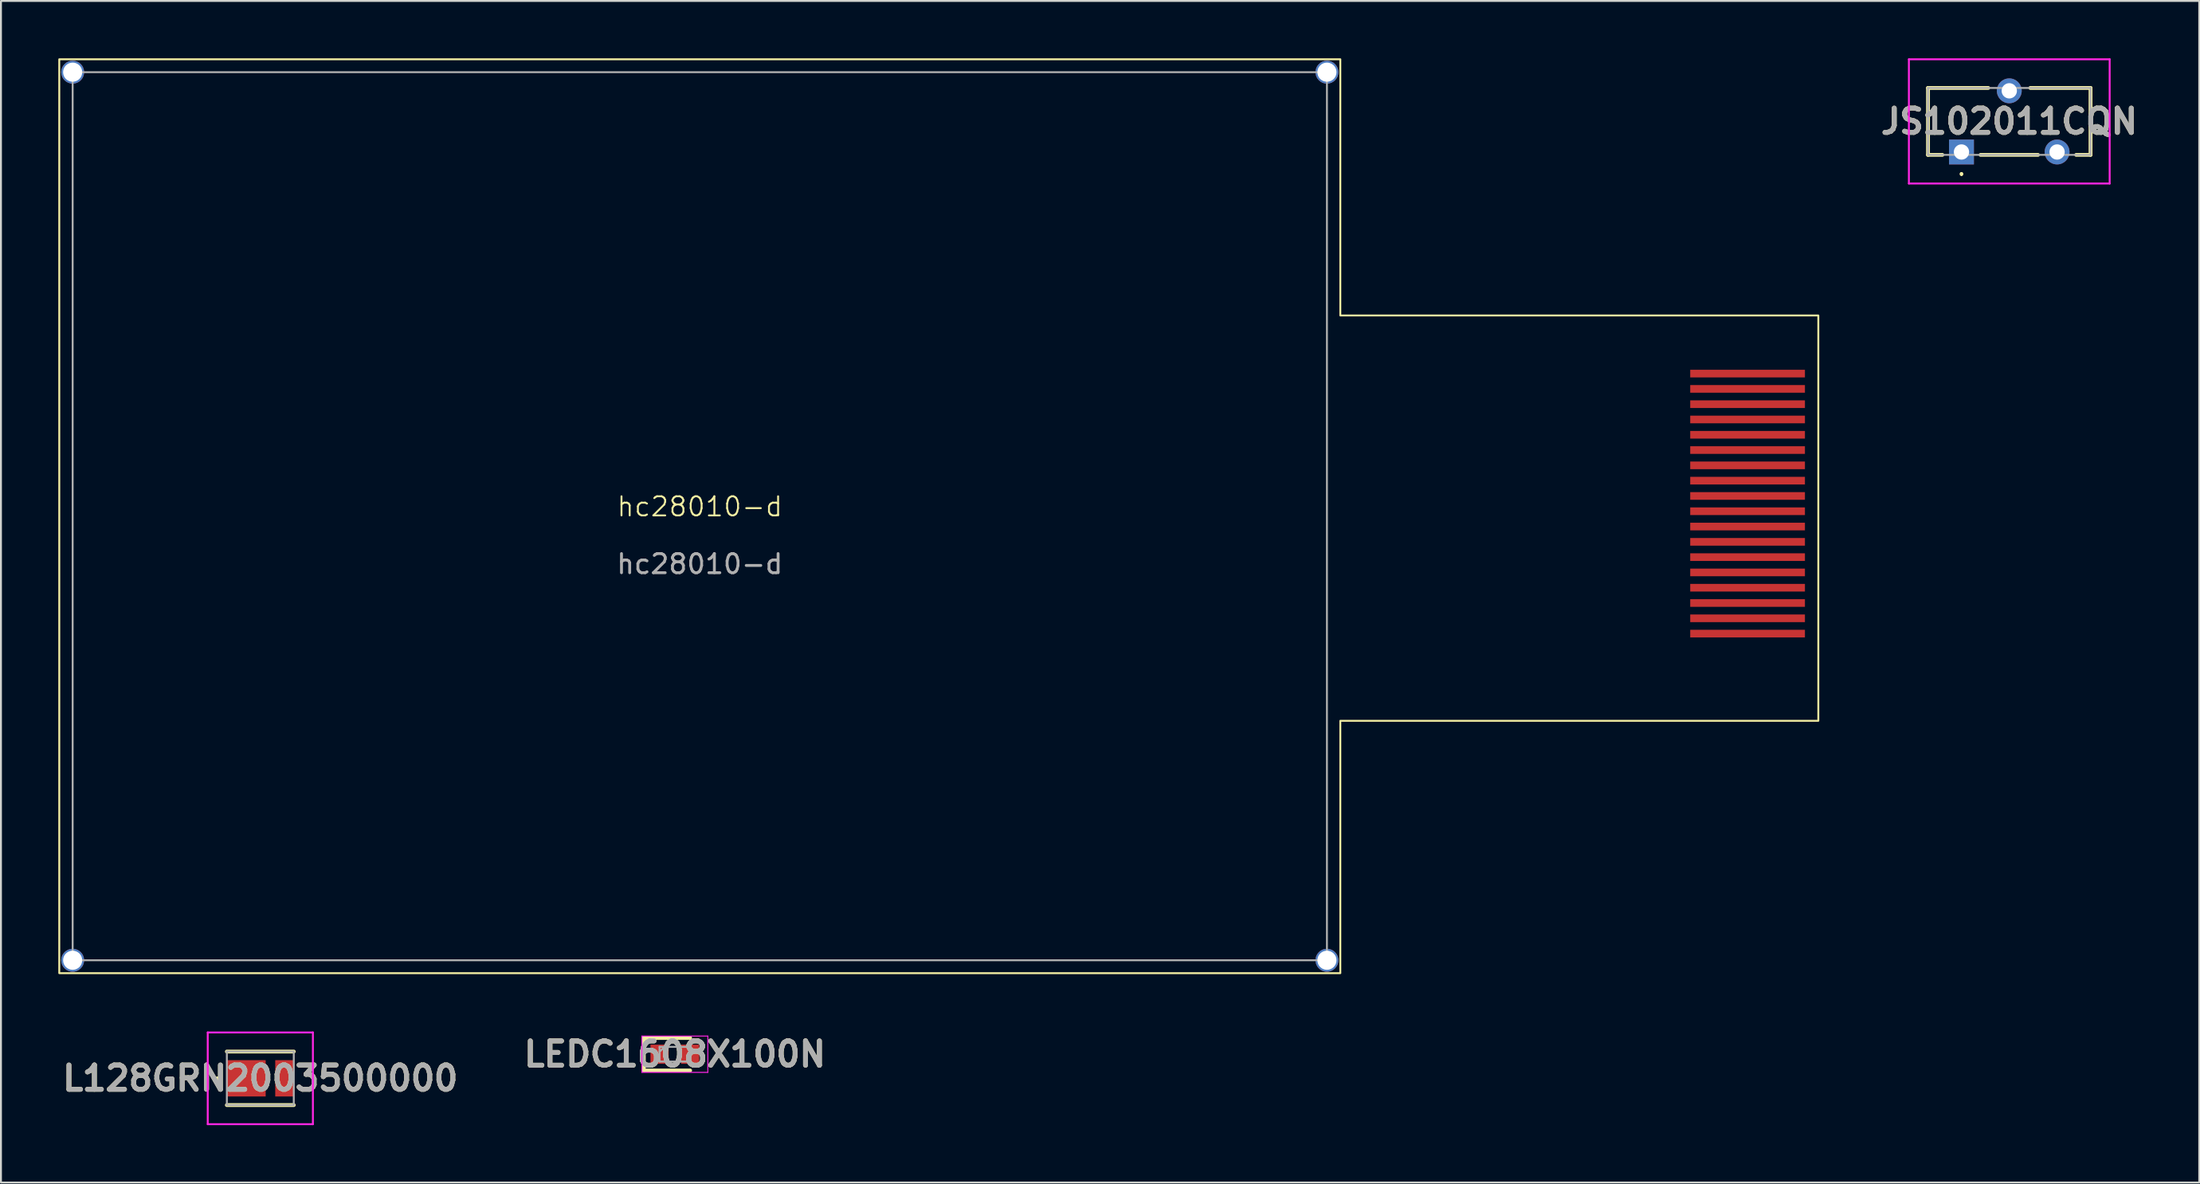
<source format=kicad_pcb>
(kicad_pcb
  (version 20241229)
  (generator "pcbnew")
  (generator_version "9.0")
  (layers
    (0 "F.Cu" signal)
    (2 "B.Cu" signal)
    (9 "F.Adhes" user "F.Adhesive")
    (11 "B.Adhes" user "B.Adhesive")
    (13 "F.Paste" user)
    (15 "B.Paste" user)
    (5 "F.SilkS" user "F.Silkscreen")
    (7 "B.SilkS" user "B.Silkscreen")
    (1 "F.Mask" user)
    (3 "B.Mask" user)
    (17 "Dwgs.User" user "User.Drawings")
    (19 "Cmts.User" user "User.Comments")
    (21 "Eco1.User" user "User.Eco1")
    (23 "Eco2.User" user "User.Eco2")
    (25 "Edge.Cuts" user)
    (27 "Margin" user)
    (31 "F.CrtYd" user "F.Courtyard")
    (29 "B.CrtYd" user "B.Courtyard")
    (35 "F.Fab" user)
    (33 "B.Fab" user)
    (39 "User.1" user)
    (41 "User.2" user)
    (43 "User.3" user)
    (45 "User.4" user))
  (footprint "L128GRN2003500000"
    (layer "F.Cu")
    (at 10.565 53.35)
    (property "Reference" "L128GRN2003500000" (at 0 0 0) (layer "F.SilkS") (effects (font (size 1.27 1.27) (thickness 0.254))))
    (attr smd)
    (fp_line (start -2.3 0) (end -2.3 0) (stroke (width 0.1) (type solid)) (layer "F.SilkS"))
    (fp_line (start -2.2 0) (end -2.2 0) (stroke (width 0.1) (type solid)) (layer "F.SilkS"))
    (fp_line (start -1.75 -1.4) (end 1.75 -1.4) (stroke (width 0.2) (type solid)) (layer "F.SilkS"))
    (fp_line (start -1.75 1.4) (end 1.75 1.4) (stroke (width 0.2) (type solid)) (layer "F.SilkS"))
    (fp_arc (start -2.3 0) (mid -2.25 -0.05) (end -2.2 0) (stroke (width 0.1) (type solid)) (layer "F.SilkS"))
    (fp_arc (start -2.2 0) (mid -2.25 0.05) (end -2.3 0) (stroke (width 0.1) (type solid)) (layer "F.SilkS"))
    (fp_line (start -2.75 -2.4) (end 2.75 -2.4) (stroke (width 0.1) (type solid)) (layer "F.CrtYd"))
    (fp_line (start -2.75 2.4) (end -2.75 -2.4) (stroke (width 0.1) (type solid)) (layer "F.CrtYd"))
    (fp_line (start 2.75 -2.4) (end 2.75 2.4) (stroke (width 0.1) (type solid)) (layer "F.CrtYd"))
    (fp_line (start 2.75 2.4) (end -2.75 2.4) (stroke (width 0.1) (type solid)) (layer "F.CrtYd"))
    (fp_line (start -1.75 -1.4) (end 1.75 -1.4) (stroke (width 0.1) (type solid)) (layer "F.Fab"))
    (fp_line (start -1.75 1.4) (end -1.75 -1.4) (stroke (width 0.1) (type solid)) (layer "F.Fab"))
    (fp_line (start 1.75 -1.4) (end 1.75 1.4) (stroke (width 0.1) (type solid)) (layer "F.Fab"))
    (fp_line (start 1.75 1.4) (end -1.75 1.4) (stroke (width 0.1) (type solid)) (layer "F.Fab"))
    (fp_text user "${REFERENCE}" (at 0 0 0) (layer "F.Fab") (effects (font (size 1.27 1.27) (thickness 0.254))))
    (pad "1" smd rect (at -0.735 0 90) (size 1.9 2.03) (layers "F.Cu" "F.Mask" "F.Paste"))
    (pad "2" smd rect (at 1.265 0) (size 0.97 1.9) (layers "F.Cu" "F.Mask" "F.Paste")))
  (footprint "LEDC1608X100N"
    (layer "F.Cu")
    (at 32.246 52.089)
    (property "Reference" "LEDC1608X100N" (at 0 0 0) (layer "F.SilkS") (effects (font (size 1.27 1.27) (thickness 0.254))))
    (attr smd)
    (fp_line (start -1.625 -0.85) (end -1.625 0.85) (stroke (width 0.2) (type solid)) (layer "F.SilkS"))
    (fp_line (start -1.625 0.85) (end 0.8 0.85) (stroke (width 0.2) (type solid)) (layer "F.SilkS"))
    (fp_line (start 0.8 -0.85) (end -1.625 -0.85) (stroke (width 0.2) (type solid)) (layer "F.SilkS"))
    (fp_line (start -1.725 -0.95) (end 1.725 -0.95) (stroke (width 0.05) (type solid)) (layer "F.CrtYd"))
    (fp_line (start -1.725 0.95) (end -1.725 -0.95) (stroke (width 0.05) (type solid)) (layer "F.CrtYd"))
    (fp_line (start 1.725 -0.95) (end 1.725 0.95) (stroke (width 0.05) (type solid)) (layer "F.CrtYd"))
    (fp_line (start 1.725 0.95) (end -1.725 0.95) (stroke (width 0.05) (type solid)) (layer "F.CrtYd"))
    (fp_line (start -0.8 -0.385) (end 0.8 -0.385) (stroke (width 0.1) (type solid)) (layer "F.Fab"))
    (fp_line (start -0.8 -0.128) (end -0.543 -0.385) (stroke (width 0.1) (type solid)) (layer "F.Fab"))
    (fp_line (start -0.8 0.385) (end -0.8 -0.385) (stroke (width 0.1) (type solid)) (layer "F.Fab"))
    (fp_line (start 0.8 -0.385) (end 0.8 0.385) (stroke (width 0.1) (type solid)) (layer "F.Fab"))
    (fp_line (start 0.8 0.385) (end -0.8 0.385) (stroke (width 0.1) (type solid)) (layer "F.Fab"))
    (fp_text user "${REFERENCE}" (at 0 0 0) (layer "F.Fab") (effects (font (size 1.27 1.27) (thickness 0.254))))
    (pad "1" smd rect (at -0.8 0) (size 0.95 1) (layers "F.Cu" "F.Mask" "F.Paste"))
    (pad "2" smd rect (at 0.8 0) (size 0.95 1) (layers "F.Cu" "F.Mask" "F.Paste")))
  (footprint "JS102011CQN"
    (layer "F.Cu")
    (at 99.537 4.9)
    (property "Reference" "JS102011CQN" (at 2.5 -1.6 0) (layer "F.SilkS") (effects (font (size 1.27 1.27) (thickness 0.254))))
    (attr through_hole)
    (fp_line (start -1.75 -3.35) (end 1.4 -3.35) (stroke (width 0.2) (type solid)) (layer "F.SilkS"))
    (fp_line (start -1.75 0.15) (end -1.75 -3.35) (stroke (width 0.2) (type solid)) (layer "F.SilkS"))
    (fp_line (start -1 0.15) (end -1.75 0.15) (stroke (width 0.2) (type solid)) (layer "F.SilkS"))
    (fp_line (start 0 1.1) (end 0 1.1) (stroke (width 0.1) (type solid)) (layer "F.SilkS"))
    (fp_line (start 0 1.2) (end 0 1.2) (stroke (width 0.1) (type solid)) (layer "F.SilkS"))
    (fp_line (start 3.6 -3.35) (end 6.75 -3.35) (stroke (width 0.2) (type solid)) (layer "F.SilkS"))
    (fp_line (start 4 0.15) (end 1 0.15) (stroke (width 0.2) (type solid)) (layer "F.SilkS"))
    (fp_line (start 6.75 -3.35) (end 6.75 0.15) (stroke (width 0.2) (type solid)) (layer "F.SilkS"))
    (fp_line (start 6.75 0.15) (end 6 0.15) (stroke (width 0.2) (type solid)) (layer "F.SilkS"))
    (fp_arc (start 0 1.1) (mid 0.05 1.15) (end 0 1.2) (stroke (width 0.1) (type solid)) (layer "F.SilkS"))
    (fp_arc (start 0 1.2) (mid -0.05 1.15) (end 0 1.1) (stroke (width 0.1) (type solid)) (layer "F.SilkS"))
    (fp_line (start -2.75 -4.85) (end 7.75 -4.85) (stroke (width 0.1) (type solid)) (layer "F.CrtYd"))
    (fp_line (start -2.75 1.65) (end -2.75 -4.85) (stroke (width 0.1) (type solid)) (layer "F.CrtYd"))
    (fp_line (start 7.75 -4.85) (end 7.75 1.65) (stroke (width 0.1) (type solid)) (layer "F.CrtYd"))
    (fp_line (start 7.75 1.65) (end -2.75 1.65) (stroke (width 0.1) (type solid)) (layer "F.CrtYd"))
    (fp_line (start -1.75 -3.35) (end 6.75 -3.35) (stroke (width 0.1) (type solid)) (layer "F.Fab"))
    (fp_line (start -1.75 0.15) (end -1.75 -3.35) (stroke (width 0.1) (type solid)) (layer "F.Fab"))
    (fp_line (start 6.75 -3.35) (end 6.75 0.15) (stroke (width 0.1) (type solid)) (layer "F.Fab"))
    (fp_line (start 6.75 0.15) (end -1.75 0.15) (stroke (width 0.1) (type solid)) (layer "F.Fab"))
    (fp_text user "${REFERENCE}" (at 2.5 -1.6 0) (layer "F.Fab") (effects (font (size 1.27 1.27) (thickness 0.254))))
    (pad "1" thru_hole rect (at 0 0) (size 1.3 1.3) (drill 0.8) (layers "*.Cu" "*.Mask"))
    (pad "2" thru_hole circle (at 2.5 -3.2) (size 1.3 1.3) (drill 0.8) (layers "*.Cu" "*.Mask"))
    (pad "3" thru_hole circle (at 5 0) (size 1.3 1.3) (drill 0.8) (layers "*.Cu" "*.Mask")))
  (footprint "hc28010-d"
    (layer "F.Cu")
    (at 33.55 23.95)
    (property "Reference" "hc28010-d" (at 0 -0.5 0) (unlocked yes) (layer "F.SilkS") (effects (font (size 1 1) (thickness 0.1))))
    (attr smd)
    (fp_poly (pts (xy -33.5 -23.9) (xy 33.5 -23.9) (xy 33.5 -10.5) (xy 58.5 -10.5) (xy 58.5 10.7) (xy 33.5 10.7) (xy 33.5 23.9) (xy -33.5 23.9)) (stroke (width 0.1) (type solid)) (fill no) (layer "F.SilkS"))
    (fp_rect (start -32.8 -23.225) (end 32.8 23.225) (stroke (width 0.1) (type default)) (fill no) (layer "F.Fab"))
    (fp_text user "${REFERENCE}" (at 0 2.5 0) (unlocked yes) (layer "F.Fab") (effects (font (size 1 1) (thickness 0.15))))
    (pad "" np_thru_hole circle (at -32.8 -23.225) (size 1.2 1.2) (drill 1) (layers "*.Cu" "*.Mask"))
    (pad "" np_thru_hole circle (at -32.8 23.225) (size 1.2 1.2) (drill 1) (layers "*.Cu" "*.Mask"))
    (pad "" np_thru_hole circle (at 32.8 -23.225) (size 1.2 1.2) (drill 1) (layers "*.Cu" "*.Mask"))
    (pad "" np_thru_hole circle (at 32.8 23.225) (size 1.2 1.2) (drill 1) (layers "*.Cu" "*.Mask"))
    (pad "1" smd rect (at 54.8 6.14) (size 6 0.4) (layers "F.Cu" "F.Mask" "F.Paste"))
    (pad "2" smd rect (at 54.8 5.34) (size 6 0.4) (layers "F.Cu" "F.Mask" "F.Paste"))
    (pad "3" smd rect (at 54.8 4.54) (size 6 0.4) (layers "F.Cu" "F.Mask" "F.Paste"))
    (pad "4" smd rect (at 54.8 3.74) (size 6 0.4) (layers "F.Cu" "F.Mask" "F.Paste"))
    (pad "5" smd rect (at 54.8 2.94) (size 6 0.4) (layers "F.Cu" "F.Mask" "F.Paste"))
    (pad "6" smd rect (at 54.8 2.14) (size 6 0.4) (layers "F.Cu" "F.Mask" "F.Paste"))
    (pad "7" smd rect (at 54.8 1.34) (size 6 0.4) (layers "F.Cu" "F.Mask" "F.Paste"))
    (pad "8" smd rect (at 54.8 0.54) (size 6 0.4) (layers "F.Cu" "F.Mask" "F.Paste"))
    (pad "9" smd rect (at 54.8 -0.26) (size 6 0.4) (layers "F.Cu" "F.Mask" "F.Paste"))
    (pad "10" smd rect (at 54.8 -1.06) (size 6 0.4) (layers "F.Cu" "F.Mask" "F.Paste"))
    (pad "11" smd rect (at 54.8 -1.86) (size 6 0.4) (layers "F.Cu" "F.Mask" "F.Paste"))
    (pad "12" smd rect (at 54.8 -2.66) (size 6 0.4) (layers "F.Cu" "F.Mask" "F.Paste"))
    (pad "13" smd rect (at 54.8 -3.46) (size 6 0.4) (layers "F.Cu" "F.Mask" "F.Paste"))
    (pad "14" smd rect (at 54.8 -4.26) (size 6 0.4) (layers "F.Cu" "F.Mask" "F.Paste"))
    (pad "15" smd rect (at 54.8 -5.06) (size 6 0.4) (layers "F.Cu" "F.Mask" "F.Paste"))
    (pad "16" smd rect (at 54.8 -5.86) (size 6 0.4) (layers "F.Cu" "F.Mask" "F.Paste"))
    (pad "17" smd rect (at 54.8 -6.66) (size 6 0.4) (layers "F.Cu" "F.Mask" "F.Paste"))
    (pad "18" smd rect (at 54.8 -7.46) (size 6 0.4) (layers "F.Cu" "F.Mask" "F.Paste")))
  (gr_rect
    (start -3 -3)
    (end 111.973 58.8)
    (stroke (width 0.1) (type default))
    (fill no)
    (layer "Edge.Cuts")))
</source>
